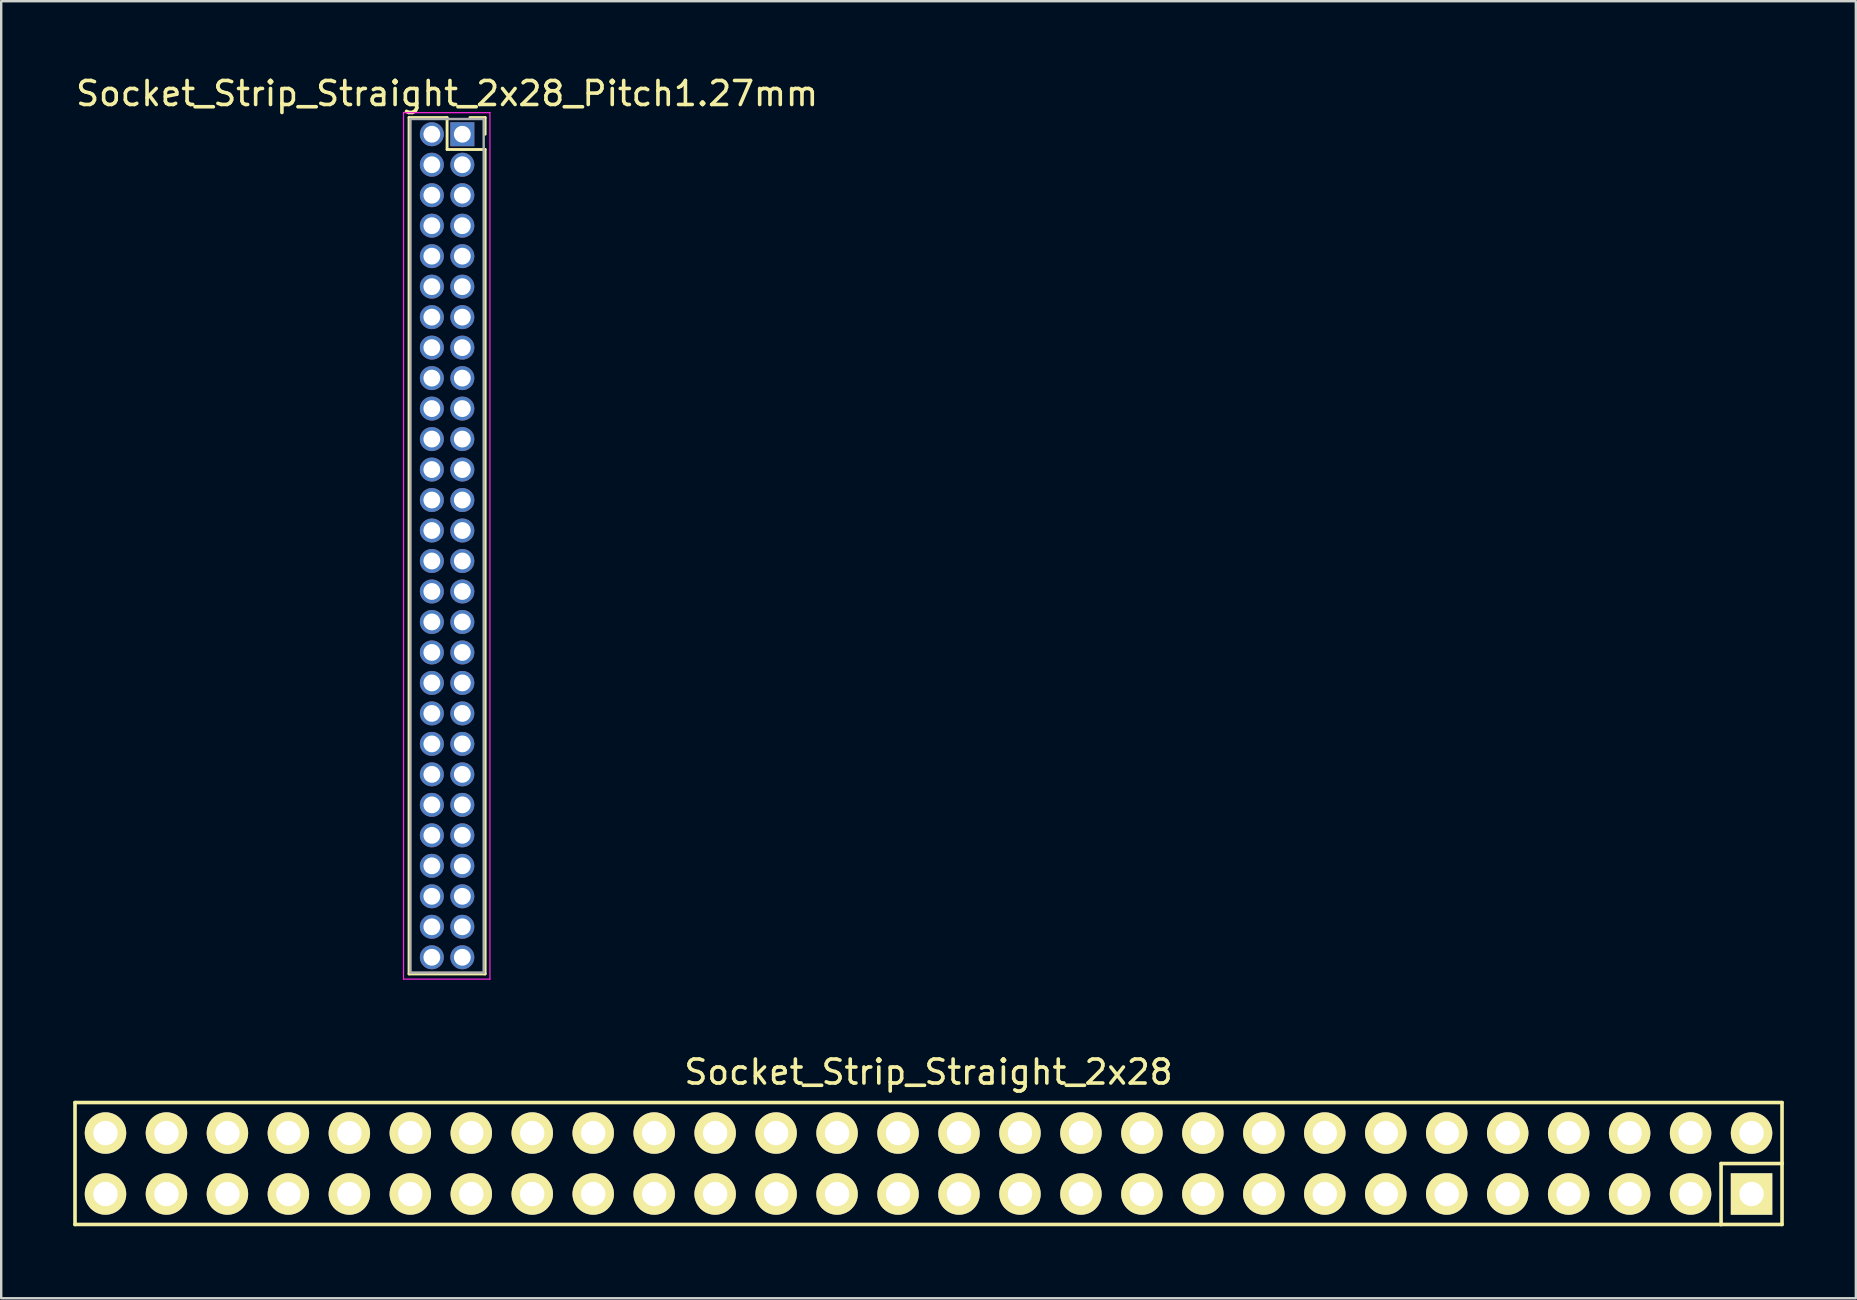
<source format=kicad_pcb>
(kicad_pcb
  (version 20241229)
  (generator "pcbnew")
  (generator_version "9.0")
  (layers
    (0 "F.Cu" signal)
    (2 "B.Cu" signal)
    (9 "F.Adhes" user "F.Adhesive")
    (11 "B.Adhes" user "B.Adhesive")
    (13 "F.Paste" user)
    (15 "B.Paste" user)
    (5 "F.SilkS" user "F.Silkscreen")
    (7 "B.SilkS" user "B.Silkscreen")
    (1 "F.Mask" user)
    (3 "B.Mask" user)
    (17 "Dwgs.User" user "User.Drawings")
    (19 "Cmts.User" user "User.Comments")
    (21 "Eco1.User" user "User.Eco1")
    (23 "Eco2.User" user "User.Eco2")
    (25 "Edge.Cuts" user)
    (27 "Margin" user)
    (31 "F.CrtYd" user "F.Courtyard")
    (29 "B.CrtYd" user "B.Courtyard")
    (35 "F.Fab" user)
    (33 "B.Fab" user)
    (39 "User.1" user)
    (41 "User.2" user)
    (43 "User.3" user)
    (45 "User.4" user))
  (footprint "Socket_Strip_Straight_2x28_Pitch1.27mm"
    (layer "F.Cu")
    (at 16.212 2.543)
    (property "Reference" "Socket_Strip_Straight_2x28_Pitch1.27mm" (at -0.635 -1.695 0) (layer "F.SilkS") (effects (font (size 1 1) (thickness 0.15))))
    (attr through_hole)
    (fp_line (start -2.22 -0.695) (end -0.635 -0.695) (stroke (width 0.12) (type solid)) (layer "F.SilkS"))
    (fp_line (start -2.22 34.985) (end -2.22 -0.695) (stroke (width 0.12) (type solid)) (layer "F.SilkS"))
    (fp_line (start -0.635 -0.695) (end -0.635 0.635) (stroke (width 0.12) (type solid)) (layer "F.SilkS"))
    (fp_line (start -0.635 0.635) (end 0.95 0.635) (stroke (width 0.12) (type solid)) (layer "F.SilkS"))
    (fp_line (start 0.95 -0.695) (end 0.315 -0.695) (stroke (width 0.12) (type solid)) (layer "F.SilkS"))
    (fp_line (start 0.95 0) (end 0.95 -0.695) (stroke (width 0.12) (type solid)) (layer "F.SilkS"))
    (fp_line (start 0.95 0.635) (end 0.95 34.985) (stroke (width 0.12) (type solid)) (layer "F.SilkS"))
    (fp_line (start 0.95 34.985) (end -2.22 34.985) (stroke (width 0.12) (type solid)) (layer "F.SilkS"))
    (fp_line (start -2.45 -0.9) (end -2.45 35.2) (stroke (width 0.05) (type solid)) (layer "F.CrtYd"))
    (fp_line (start -2.45 35.2) (end 1.15 35.2) (stroke (width 0.05) (type solid)) (layer "F.CrtYd"))
    (fp_line (start 1.15 -0.9) (end -2.45 -0.9) (stroke (width 0.05) (type solid)) (layer "F.CrtYd"))
    (fp_line (start 1.15 35.2) (end 1.15 -0.9) (stroke (width 0.05) (type solid)) (layer "F.CrtYd"))
    (fp_line (start -2.16 -0.635) (end -2.16 34.925) (stroke (width 0.1) (type solid)) (layer "F.Fab"))
    (fp_line (start -2.16 34.925) (end 0.89 34.925) (stroke (width 0.1) (type solid)) (layer "F.Fab"))
    (fp_line (start 0.89 -0.635) (end -2.16 -0.635) (stroke (width 0.1) (type solid)) (layer "F.Fab"))
    (fp_line (start 0.89 34.925) (end 0.89 -0.635) (stroke (width 0.1) (type solid)) (layer "F.Fab"))
    (pad "1" thru_hole rect (at 0 0) (size 1 1) (drill 0.7) (layers "*.Cu" "*.Mask"))
    (pad "2" thru_hole oval (at -1.27 0) (size 1 1) (drill 0.7) (layers "*.Cu" "*.Mask"))
    (pad "3" thru_hole oval (at 0 1.27) (size 1 1) (drill 0.7) (layers "*.Cu" "*.Mask"))
    (pad "4" thru_hole oval (at -1.27 1.27) (size 1 1) (drill 0.7) (layers "*.Cu" "*.Mask"))
    (pad "5" thru_hole oval (at 0 2.54) (size 1 1) (drill 0.7) (layers "*.Cu" "*.Mask"))
    (pad "6" thru_hole oval (at -1.27 2.54) (size 1 1) (drill 0.7) (layers "*.Cu" "*.Mask"))
    (pad "7" thru_hole oval (at 0 3.81) (size 1 1) (drill 0.7) (layers "*.Cu" "*.Mask"))
    (pad "8" thru_hole oval (at -1.27 3.81) (size 1 1) (drill 0.7) (layers "*.Cu" "*.Mask"))
    (pad "9" thru_hole oval (at 0 5.08) (size 1 1) (drill 0.7) (layers "*.Cu" "*.Mask"))
    (pad "10" thru_hole oval (at -1.27 5.08) (size 1 1) (drill 0.7) (layers "*.Cu" "*.Mask"))
    (pad "11" thru_hole oval (at 0 6.35) (size 1 1) (drill 0.7) (layers "*.Cu" "*.Mask"))
    (pad "12" thru_hole oval (at -1.27 6.35) (size 1 1) (drill 0.7) (layers "*.Cu" "*.Mask"))
    (pad "13" thru_hole oval (at 0 7.62) (size 1 1) (drill 0.7) (layers "*.Cu" "*.Mask"))
    (pad "14" thru_hole oval (at -1.27 7.62) (size 1 1) (drill 0.7) (layers "*.Cu" "*.Mask"))
    (pad "15" thru_hole oval (at 0 8.89) (size 1 1) (drill 0.7) (layers "*.Cu" "*.Mask"))
    (pad "16" thru_hole oval (at -1.27 8.89) (size 1 1) (drill 0.7) (layers "*.Cu" "*.Mask"))
    (pad "17" thru_hole oval (at 0 10.16) (size 1 1) (drill 0.7) (layers "*.Cu" "*.Mask"))
    (pad "18" thru_hole oval (at -1.27 10.16) (size 1 1) (drill 0.7) (layers "*.Cu" "*.Mask"))
    (pad "19" thru_hole oval (at 0 11.43) (size 1 1) (drill 0.7) (layers "*.Cu" "*.Mask"))
    (pad "20" thru_hole oval (at -1.27 11.43) (size 1 1) (drill 0.7) (layers "*.Cu" "*.Mask"))
    (pad "21" thru_hole oval (at 0 12.7) (size 1 1) (drill 0.7) (layers "*.Cu" "*.Mask"))
    (pad "22" thru_hole oval (at -1.27 12.7) (size 1 1) (drill 0.7) (layers "*.Cu" "*.Mask"))
    (pad "23" thru_hole oval (at 0 13.97) (size 1 1) (drill 0.7) (layers "*.Cu" "*.Mask"))
    (pad "24" thru_hole oval (at -1.27 13.97) (size 1 1) (drill 0.7) (layers "*.Cu" "*.Mask"))
    (pad "25" thru_hole oval (at 0 15.24) (size 1 1) (drill 0.7) (layers "*.Cu" "*.Mask"))
    (pad "26" thru_hole oval (at -1.27 15.24) (size 1 1) (drill 0.7) (layers "*.Cu" "*.Mask"))
    (pad "27" thru_hole oval (at 0 16.51) (size 1 1) (drill 0.7) (layers "*.Cu" "*.Mask"))
    (pad "28" thru_hole oval (at -1.27 16.51) (size 1 1) (drill 0.7) (layers "*.Cu" "*.Mask"))
    (pad "29" thru_hole oval (at 0 17.78) (size 1 1) (drill 0.7) (layers "*.Cu" "*.Mask"))
    (pad "30" thru_hole oval (at -1.27 17.78) (size 1 1) (drill 0.7) (layers "*.Cu" "*.Mask"))
    (pad "31" thru_hole oval (at 0 19.05) (size 1 1) (drill 0.7) (layers "*.Cu" "*.Mask"))
    (pad "32" thru_hole oval (at -1.27 19.05) (size 1 1) (drill 0.7) (layers "*.Cu" "*.Mask"))
    (pad "33" thru_hole oval (at 0 20.32) (size 1 1) (drill 0.7) (layers "*.Cu" "*.Mask"))
    (pad "34" thru_hole oval (at -1.27 20.32) (size 1 1) (drill 0.7) (layers "*.Cu" "*.Mask"))
    (pad "35" thru_hole oval (at 0 21.59) (size 1 1) (drill 0.7) (layers "*.Cu" "*.Mask"))
    (pad "36" thru_hole oval (at -1.27 21.59) (size 1 1) (drill 0.7) (layers "*.Cu" "*.Mask"))
    (pad "37" thru_hole oval (at 0 22.86) (size 1 1) (drill 0.7) (layers "*.Cu" "*.Mask"))
    (pad "38" thru_hole oval (at -1.27 22.86) (size 1 1) (drill 0.7) (layers "*.Cu" "*.Mask"))
    (pad "39" thru_hole oval (at 0 24.13) (size 1 1) (drill 0.7) (layers "*.Cu" "*.Mask"))
    (pad "40" thru_hole oval (at -1.27 24.13) (size 1 1) (drill 0.7) (layers "*.Cu" "*.Mask"))
    (pad "41" thru_hole oval (at 0 25.4) (size 1 1) (drill 0.7) (layers "*.Cu" "*.Mask"))
    (pad "42" thru_hole oval (at -1.27 25.4) (size 1 1) (drill 0.7) (layers "*.Cu" "*.Mask"))
    (pad "43" thru_hole oval (at 0 26.67) (size 1 1) (drill 0.7) (layers "*.Cu" "*.Mask"))
    (pad "44" thru_hole oval (at -1.27 26.67) (size 1 1) (drill 0.7) (layers "*.Cu" "*.Mask"))
    (pad "45" thru_hole oval (at 0 27.94) (size 1 1) (drill 0.7) (layers "*.Cu" "*.Mask"))
    (pad "46" thru_hole oval (at -1.27 27.94) (size 1 1) (drill 0.7) (layers "*.Cu" "*.Mask"))
    (pad "47" thru_hole oval (at 0 29.21) (size 1 1) (drill 0.7) (layers "*.Cu" "*.Mask"))
    (pad "48" thru_hole oval (at -1.27 29.21) (size 1 1) (drill 0.7) (layers "*.Cu" "*.Mask"))
    (pad "49" thru_hole oval (at 0 30.48) (size 1 1) (drill 0.7) (layers "*.Cu" "*.Mask"))
    (pad "50" thru_hole oval (at -1.27 30.48) (size 1 1) (drill 0.7) (layers "*.Cu" "*.Mask"))
    (pad "51" thru_hole oval (at 0 31.75) (size 1 1) (drill 0.7) (layers "*.Cu" "*.Mask"))
    (pad "52" thru_hole oval (at -1.27 31.75) (size 1 1) (drill 0.7) (layers "*.Cu" "*.Mask"))
    (pad "53" thru_hole oval (at 0 33.02) (size 1 1) (drill 0.7) (layers "*.Cu" "*.Mask"))
    (pad "54" thru_hole oval (at -1.27 33.02) (size 1 1) (drill 0.7) (layers "*.Cu" "*.Mask"))
    (pad "55" thru_hole oval (at 0 34.29) (size 1 1) (drill 0.7) (layers "*.Cu" "*.Mask"))
    (pad "56" thru_hole oval (at -1.27 34.29) (size 1 1) (drill 0.7) (layers "*.Cu" "*.Mask")))
  (footprint "Socket_Strip_Straight_2x28"
    (layer "F.Cu")
    (at 35.635 45.426)
    (property "Reference" "Socket_Strip_Straight_2x28" (at 0 -3.81 0) (layer "F.SilkS") (effects (font (size 1 1) (thickness 0.15))))
    (attr through_hole)
    (fp_line (start -35.56 -2.54) (end -35.56 2.54) (stroke (width 0.15) (type solid)) (layer "F.SilkS"))
    (fp_line (start 33.02 0) (end 33.02 2.54) (stroke (width 0.15) (type solid)) (layer "F.SilkS"))
    (fp_line (start 33.02 2.54) (end -35.56 2.54) (stroke (width 0.15) (type solid)) (layer "F.SilkS"))
    (fp_line (start 35.56 -2.54) (end -35.56 -2.54) (stroke (width 0.15) (type solid)) (layer "F.SilkS"))
    (fp_line (start 35.56 -2.54) (end 35.56 0) (stroke (width 0.15) (type solid)) (layer "F.SilkS"))
    (fp_line (start 35.56 0) (end 33.02 0) (stroke (width 0.15) (type solid)) (layer "F.SilkS"))
    (fp_line (start 35.56 2.54) (end 33.02 2.54) (stroke (width 0.15) (type solid)) (layer "F.SilkS"))
    (fp_line (start 35.56 2.54) (end 35.56 0) (stroke (width 0.15) (type solid)) (layer "F.SilkS"))
    (pad "1" thru_hole rect (at 34.29 1.27 180) (size 1.727 1.727) (drill 1.016) (layers "*.Cu" "*.Mask" "F.SilkS"))
    (pad "2" thru_hole oval (at 34.29 -1.27 180) (size 1.727 1.727) (drill 1.016) (layers "*.Cu" "*.Mask" "F.SilkS"))
    (pad "3" thru_hole oval (at 31.75 1.27 180) (size 1.727 1.727) (drill 1.016) (layers "*.Cu" "*.Mask" "F.SilkS"))
    (pad "4" thru_hole oval (at 31.75 -1.27 180) (size 1.727 1.727) (drill 1.016) (layers "*.Cu" "*.Mask" "F.SilkS"))
    (pad "5" thru_hole oval (at 29.21 1.27 180) (size 1.727 1.727) (drill 1.016) (layers "*.Cu" "*.Mask" "F.SilkS"))
    (pad "6" thru_hole oval (at 29.21 -1.27 180) (size 1.727 1.727) (drill 1.016) (layers "*.Cu" "*.Mask" "F.SilkS"))
    (pad "7" thru_hole oval (at 26.67 1.27 180) (size 1.727 1.727) (drill 1.016) (layers "*.Cu" "*.Mask" "F.SilkS"))
    (pad "8" thru_hole oval (at 26.67 -1.27 180) (size 1.727 1.727) (drill 1.016) (layers "*.Cu" "*.Mask" "F.SilkS"))
    (pad "9" thru_hole oval (at 24.13 1.27 180) (size 1.727 1.727) (drill 1.016) (layers "*.Cu" "*.Mask" "F.SilkS"))
    (pad "10" thru_hole oval (at 24.13 -1.27 180) (size 1.727 1.727) (drill 1.016) (layers "*.Cu" "*.Mask" "F.SilkS"))
    (pad "11" thru_hole oval (at 21.59 1.27 180) (size 1.727 1.727) (drill 1.016) (layers "*.Cu" "*.Mask" "F.SilkS"))
    (pad "12" thru_hole oval (at 21.59 -1.27 180) (size 1.727 1.727) (drill 1.016) (layers "*.Cu" "*.Mask" "F.SilkS"))
    (pad "13" thru_hole oval (at 19.05 1.27 180) (size 1.727 1.727) (drill 1.016) (layers "*.Cu" "*.Mask" "F.SilkS"))
    (pad "14" thru_hole oval (at 19.05 -1.27 180) (size 1.727 1.727) (drill 1.016) (layers "*.Cu" "*.Mask" "F.SilkS"))
    (pad "15" thru_hole oval (at 16.51 1.27 180) (size 1.727 1.727) (drill 1.016) (layers "*.Cu" "*.Mask" "F.SilkS"))
    (pad "16" thru_hole oval (at 16.51 -1.27 180) (size 1.727 1.727) (drill 1.016) (layers "*.Cu" "*.Mask" "F.SilkS"))
    (pad "17" thru_hole oval (at 13.97 1.27 180) (size 1.727 1.727) (drill 1.016) (layers "*.Cu" "*.Mask" "F.SilkS"))
    (pad "18" thru_hole oval (at 13.97 -1.27 180) (size 1.727 1.727) (drill 1.016) (layers "*.Cu" "*.Mask" "F.SilkS"))
    (pad "19" thru_hole oval (at 11.43 1.27 180) (size 1.727 1.727) (drill 1.016) (layers "*.Cu" "*.Mask" "F.SilkS"))
    (pad "20" thru_hole oval (at 11.43 -1.27 180) (size 1.727 1.727) (drill 1.016) (layers "*.Cu" "*.Mask" "F.SilkS"))
    (pad "21" thru_hole oval (at 8.89 1.27 180) (size 1.727 1.727) (drill 1.016) (layers "*.Cu" "*.Mask" "F.SilkS"))
    (pad "22" thru_hole oval (at 8.89 -1.27 180) (size 1.727 1.727) (drill 1.016) (layers "*.Cu" "*.Mask" "F.SilkS"))
    (pad "23" thru_hole oval (at 6.35 1.27 180) (size 1.727 1.727) (drill 1.016) (layers "*.Cu" "*.Mask" "F.SilkS"))
    (pad "24" thru_hole oval (at 6.35 -1.27 180) (size 1.727 1.727) (drill 1.016) (layers "*.Cu" "*.Mask" "F.SilkS"))
    (pad "25" thru_hole oval (at 3.81 1.27 180) (size 1.727 1.727) (drill 1.016) (layers "*.Cu" "*.Mask" "F.SilkS"))
    (pad "26" thru_hole oval (at 3.81 -1.27 180) (size 1.727 1.727) (drill 1.016) (layers "*.Cu" "*.Mask" "F.SilkS"))
    (pad "27" thru_hole oval (at 1.27 1.27 180) (size 1.727 1.727) (drill 1.016) (layers "*.Cu" "*.Mask" "F.SilkS"))
    (pad "28" thru_hole oval (at 1.27 -1.27 180) (size 1.727 1.727) (drill 1.016) (layers "*.Cu" "*.Mask" "F.SilkS"))
    (pad "29" thru_hole oval (at -1.27 1.27 180) (size 1.727 1.727) (drill 1.016) (layers "*.Cu" "*.Mask" "F.SilkS"))
    (pad "30" thru_hole oval (at -1.27 -1.27 180) (size 1.727 1.727) (drill 1.016) (layers "*.Cu" "*.Mask" "F.SilkS"))
    (pad "31" thru_hole oval (at -3.81 1.27 180) (size 1.727 1.727) (drill 1.016) (layers "*.Cu" "*.Mask" "F.SilkS"))
    (pad "32" thru_hole oval (at -3.81 -1.27 180) (size 1.727 1.727) (drill 1.016) (layers "*.Cu" "*.Mask" "F.SilkS"))
    (pad "33" thru_hole oval (at -6.35 1.27 180) (size 1.727 1.727) (drill 1.016) (layers "*.Cu" "*.Mask" "F.SilkS"))
    (pad "34" thru_hole oval (at -6.35 -1.27 180) (size 1.727 1.727) (drill 1.016) (layers "*.Cu" "*.Mask" "F.SilkS"))
    (pad "35" thru_hole oval (at -8.89 1.27 180) (size 1.727 1.727) (drill 1.016) (layers "*.Cu" "*.Mask" "F.SilkS"))
    (pad "36" thru_hole oval (at -8.89 -1.27 180) (size 1.727 1.727) (drill 1.016) (layers "*.Cu" "*.Mask" "F.SilkS"))
    (pad "37" thru_hole oval (at -11.43 1.27 180) (size 1.727 1.727) (drill 1.016) (layers "*.Cu" "*.Mask" "F.SilkS"))
    (pad "38" thru_hole oval (at -11.43 -1.27 180) (size 1.727 1.727) (drill 1.016) (layers "*.Cu" "*.Mask" "F.SilkS"))
    (pad "39" thru_hole oval (at -13.97 1.27 180) (size 1.727 1.727) (drill 1.016) (layers "*.Cu" "*.Mask" "F.SilkS"))
    (pad "40" thru_hole oval (at -13.97 -1.27 180) (size 1.727 1.727) (drill 1.016) (layers "*.Cu" "*.Mask" "F.SilkS"))
    (pad "41" thru_hole oval (at -16.51 1.27 180) (size 1.727 1.727) (drill 1.016) (layers "*.Cu" "*.Mask" "F.SilkS"))
    (pad "42" thru_hole oval (at -16.51 -1.27 180) (size 1.727 1.727) (drill 1.016) (layers "*.Cu" "*.Mask" "F.SilkS"))
    (pad "43" thru_hole oval (at -19.05 1.27 180) (size 1.727 1.727) (drill 1.016) (layers "*.Cu" "*.Mask" "F.SilkS"))
    (pad "44" thru_hole oval (at -19.05 -1.27 180) (size 1.727 1.727) (drill 1.016) (layers "*.Cu" "*.Mask" "F.SilkS"))
    (pad "45" thru_hole oval (at -21.59 1.27 180) (size 1.727 1.727) (drill 1.016) (layers "*.Cu" "*.Mask" "F.SilkS"))
    (pad "46" thru_hole oval (at -21.59 -1.27 180) (size 1.727 1.727) (drill 1.016) (layers "*.Cu" "*.Mask" "F.SilkS"))
    (pad "47" thru_hole oval (at -24.13 1.27 180) (size 1.727 1.727) (drill 1.016) (layers "*.Cu" "*.Mask" "F.SilkS"))
    (pad "48" thru_hole oval (at -24.13 -1.27 180) (size 1.727 1.727) (drill 1.016) (layers "*.Cu" "*.Mask" "F.SilkS"))
    (pad "49" thru_hole oval (at -26.67 1.27 180) (size 1.727 1.727) (drill 1.016) (layers "*.Cu" "*.Mask" "F.SilkS"))
    (pad "50" thru_hole oval (at -26.67 -1.27 180) (size 1.727 1.727) (drill 1.016) (layers "*.Cu" "*.Mask" "F.SilkS"))
    (pad "51" thru_hole oval (at -29.21 1.27 180) (size 1.727 1.727) (drill 1.016) (layers "*.Cu" "*.Mask" "F.SilkS"))
    (pad "52" thru_hole oval (at -29.21 -1.27 180) (size 1.727 1.727) (drill 1.016) (layers "*.Cu" "*.Mask" "F.SilkS"))
    (pad "53" thru_hole oval (at -31.75 1.27 180) (size 1.727 1.727) (drill 1.016) (layers "*.Cu" "*.Mask" "F.SilkS"))
    (pad "54" thru_hole oval (at -31.75 -1.27 180) (size 1.727 1.727) (drill 1.016) (layers "*.Cu" "*.Mask" "F.SilkS"))
    (pad "55" thru_hole oval (at -34.29 1.27 180) (size 1.727 1.727) (drill 1.016) (layers "*.Cu" "*.Mask" "F.SilkS"))
    (pad "56" thru_hole oval (at -34.29 -1.27 180) (size 1.727 1.727) (drill 1.016) (layers "*.Cu" "*.Mask" "F.SilkS")))
  (gr_rect
    (start -3 -3)
    (end 74.27 51.041)
    (stroke (width 0.1) (type default))
    (fill no)
    (layer "Edge.Cuts")))
</source>
